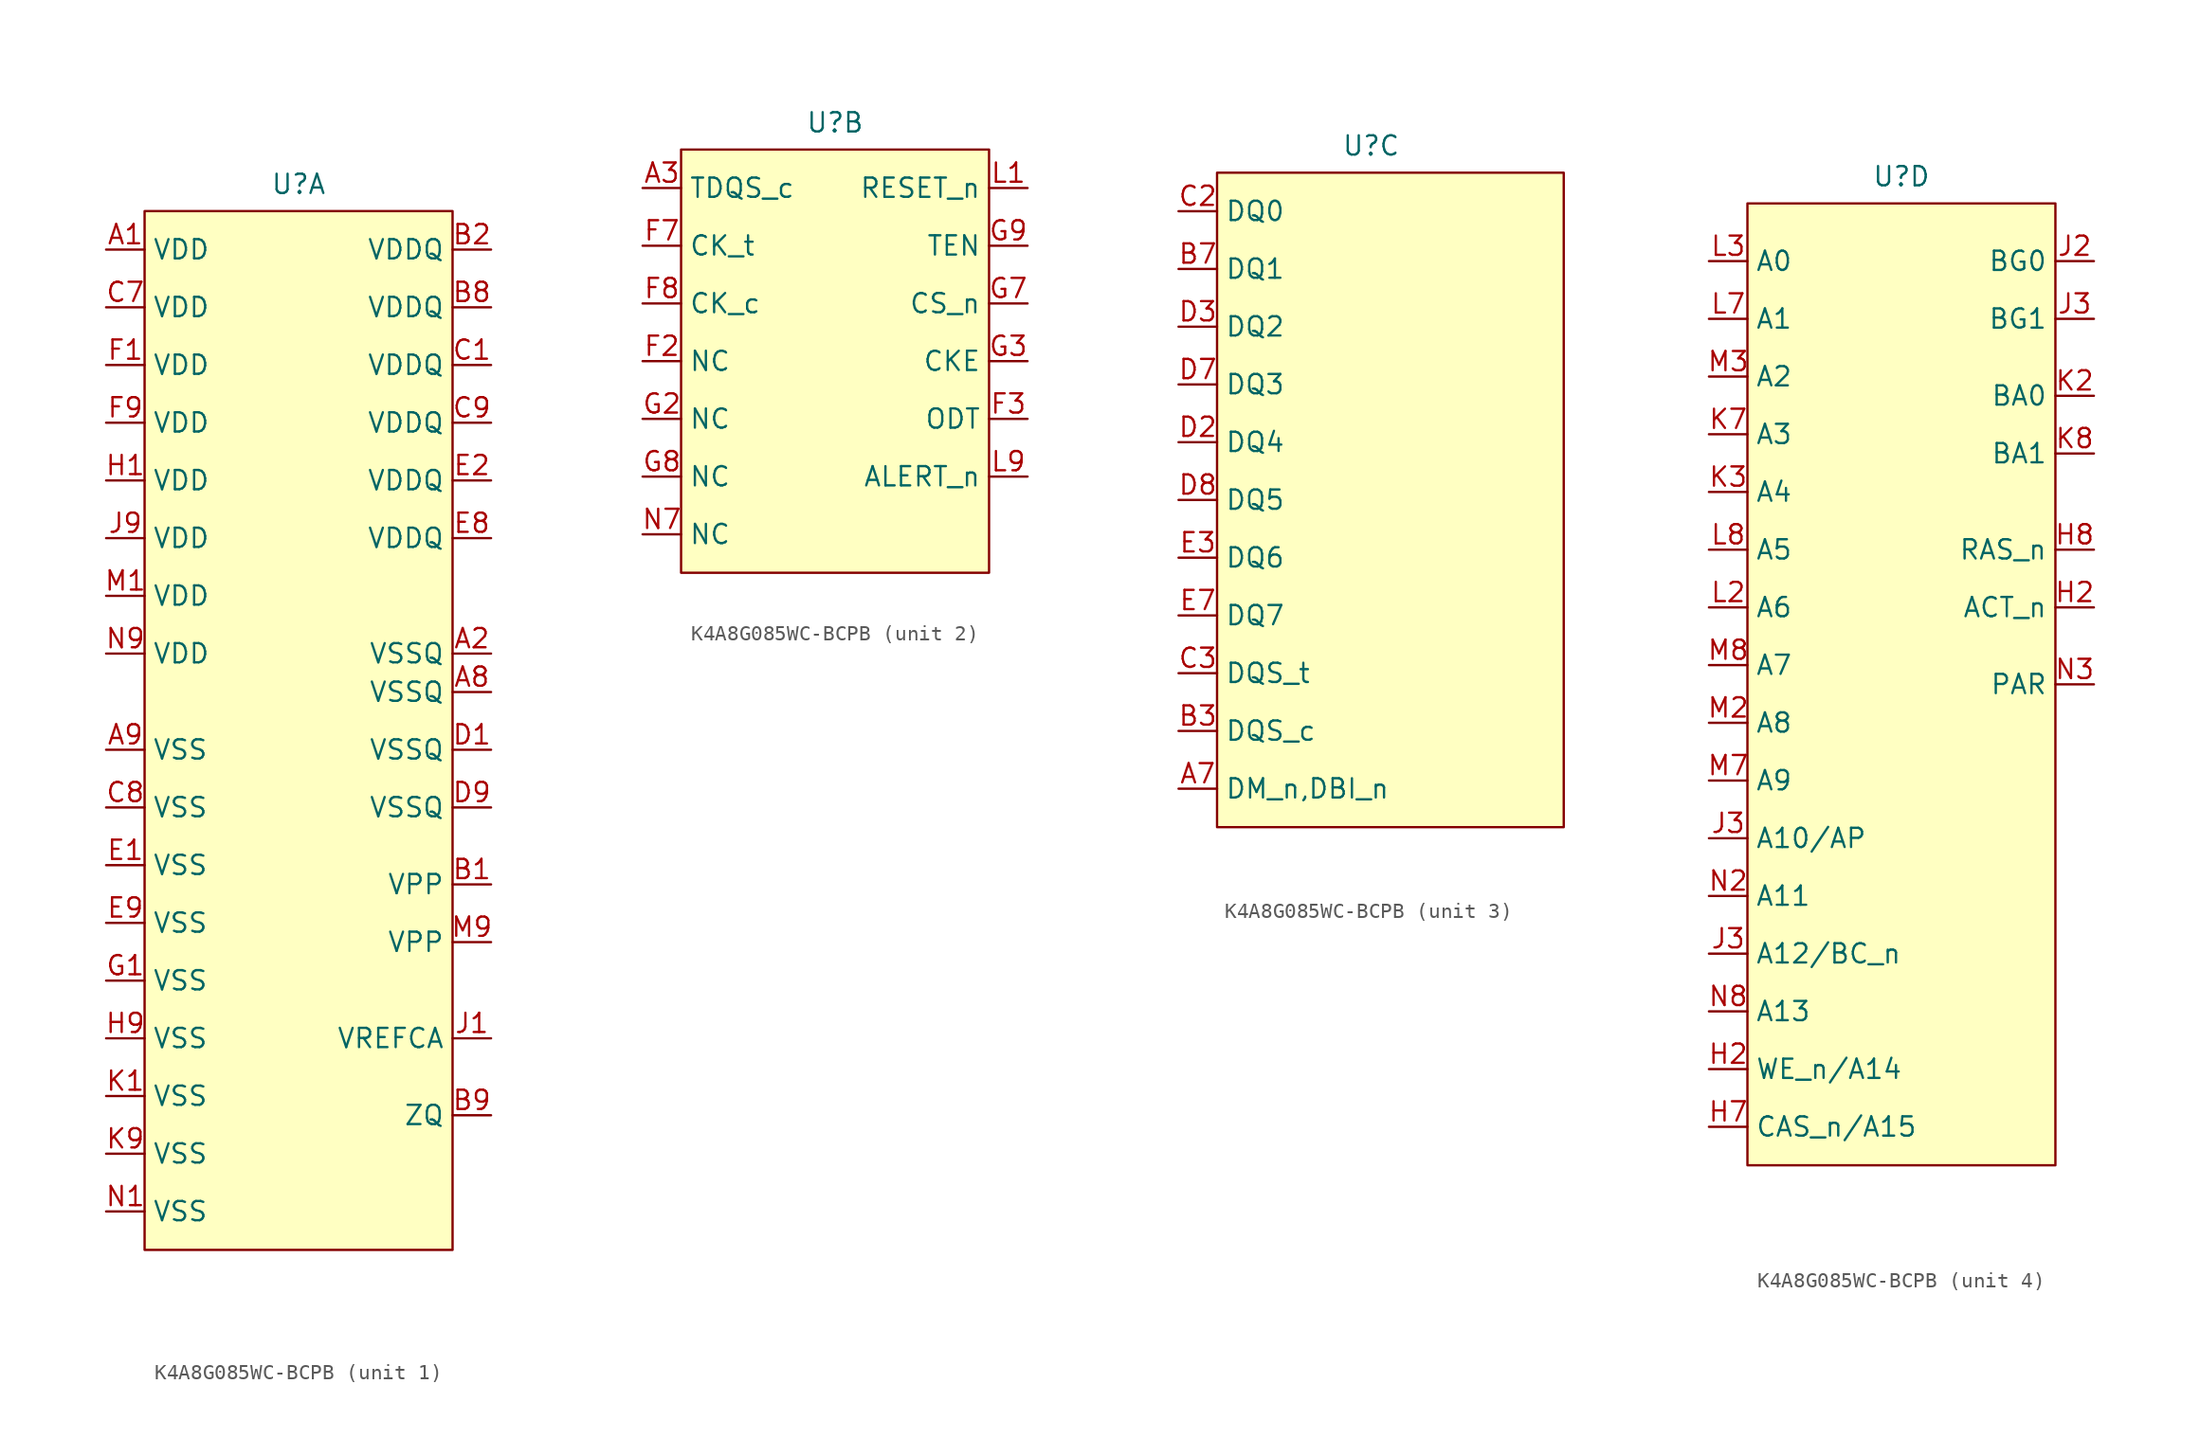
<source format=kicad_sym>
(kicad_symbol_lib
  (version 20241209)
  (generator "kicad_symbol_editor")
  (generator_version "9.0")
  (symbol "K4A8G085WC-BCPB"
    (property "Reference" "U"
      (at 0 27.178 0)
      (effects (font (size 1.27 1.27))))
    (property "ki_locked" ""
      (at 0 0 0)
      (effects (font (size 1.27 1.27))))
    (symbol "K4A8G085WC-BCPB_1_1"
      (rectangle (start -10.16 25.4) (end 10.16 -43.18) (stroke (width 0) (type solid)) (fill (type background)))
      (pin power_in line (at -12.7 22.86 0) (length 2.54) (name "VDD" (effects (font (size 1.27 1.27)))) (number "A1" (effects (font (size 1.27 1.27)))))
      (pin power_in line (at -12.7 19.05 0) (length 2.54) (name "VDD" (effects (font (size 1.27 1.27)))) (number "C7" (effects (font (size 1.27 1.27)))))
      (pin power_in line (at -12.7 15.24 0) (length 2.54) (name "VDD" (effects (font (size 1.27 1.27)))) (number "F1" (effects (font (size 1.27 1.27)))))
      (pin power_in line (at -12.7 11.43 0) (length 2.54) (name "VDD" (effects (font (size 1.27 1.27)))) (number "F9" (effects (font (size 1.27 1.27)))))
      (pin power_in line (at -12.7 7.62 0) (length 2.54) (name "VDD" (effects (font (size 1.27 1.27)))) (number "H1" (effects (font (size 1.27 1.27)))))
      (pin power_in line (at -12.7 3.81 0) (length 2.54) (name "VDD" (effects (font (size 1.27 1.27)))) (number "J9" (effects (font (size 1.27 1.27)))))
      (pin power_in line (at -12.7 0 0) (length 2.54) (name "VDD" (effects (font (size 1.27 1.27)))) (number "M1" (effects (font (size 1.27 1.27)))))
      (pin power_in line (at -12.7 -3.81 0) (length 2.54) (name "VDD" (effects (font (size 1.27 1.27)))) (number "N9" (effects (font (size 1.27 1.27)))))
      (pin power_in line (at -12.7 -10.16 0) (length 2.54) (name "VSS" (effects (font (size 1.27 1.27)))) (number "A9" (effects (font (size 1.27 1.27)))))
      (pin power_in line (at -12.7 -13.97 0) (length 2.54) (name "VSS" (effects (font (size 1.27 1.27)))) (number "C8" (effects (font (size 1.27 1.27)))))
      (pin power_in line (at -12.7 -17.78 0) (length 2.54) (name "VSS" (effects (font (size 1.27 1.27)))) (number "E1" (effects (font (size 1.27 1.27)))))
      (pin power_in line (at -12.7 -21.59 0) (length 2.54) (name "VSS" (effects (font (size 1.27 1.27)))) (number "E9" (effects (font (size 1.27 1.27)))))
      (pin power_in line (at -12.7 -25.4 0) (length 2.54) (name "VSS" (effects (font (size 1.27 1.27)))) (number "G1" (effects (font (size 1.27 1.27)))))
      (pin power_in line (at -12.7 -29.21 0) (length 2.54) (name "VSS" (effects (font (size 1.27 1.27)))) (number "H9" (effects (font (size 1.27 1.27)))))
      (pin power_in line (at -12.7 -33.02 0) (length 2.54) (name "VSS" (effects (font (size 1.27 1.27)))) (number "K1" (effects (font (size 1.27 1.27)))))
      (pin power_in line (at -12.7 -36.83 0) (length 2.54) (name "VSS" (effects (font (size 1.27 1.27)))) (number "K9" (effects (font (size 1.27 1.27)))))
      (pin power_in line (at -12.7 -40.64 0) (length 2.54) (name "VSS" (effects (font (size 1.27 1.27)))) (number "N1" (effects (font (size 1.27 1.27)))))
      (pin power_in line (at 12.7 22.86 180) (length 2.54) (name "VDDQ" (effects (font (size 1.27 1.27)))) (number "B2" (effects (font (size 1.27 1.27)))))
      (pin power_in line (at 12.7 19.05 180) (length 2.54) (name "VDDQ" (effects (font (size 1.27 1.27)))) (number "B8" (effects (font (size 1.27 1.27)))))
      (pin power_in line (at 12.7 15.24 180) (length 2.54) (name "VDDQ" (effects (font (size 1.27 1.27)))) (number "C1" (effects (font (size 1.27 1.27)))))
      (pin power_in line (at 12.7 11.43 180) (length 2.54) (name "VDDQ" (effects (font (size 1.27 1.27)))) (number "C9" (effects (font (size 1.27 1.27)))))
      (pin power_in line (at 12.7 7.62 180) (length 2.54) (name "VDDQ" (effects (font (size 1.27 1.27)))) (number "E2" (effects (font (size 1.27 1.27)))))
      (pin power_in line (at 12.7 3.81 180) (length 2.54) (name "VDDQ" (effects (font (size 1.27 1.27)))) (number "E8" (effects (font (size 1.27 1.27)))))
      (pin power_in line (at 12.7 -3.81 180) (length 2.54) (name "VSSQ" (effects (font (size 1.27 1.27)))) (number "A2" (effects (font (size 1.27 1.27)))))
      (pin power_in line (at 12.7 -6.35 180) (length 2.54) (name "VSSQ" (effects (font (size 1.27 1.27)))) (number "A8" (effects (font (size 1.27 1.27)))))
      (pin power_in line (at 12.7 -10.16 180) (length 2.54) (name "VSSQ" (effects (font (size 1.27 1.27)))) (number "D1" (effects (font (size 1.27 1.27)))))
      (pin power_in line (at 12.7 -13.97 180) (length 2.54) (name "VSSQ" (effects (font (size 1.27 1.27)))) (number "D9" (effects (font (size 1.27 1.27)))))
      (pin power_in line (at 12.7 -19.05 180) (length 2.54) (name "VPP" (effects (font (size 1.27 1.27)))) (number "B1" (effects (font (size 1.27 1.27)))))
      (pin power_in line (at 12.7 -22.86 180) (length 2.54) (name "VPP" (effects (font (size 1.27 1.27)))) (number "M9" (effects (font (size 1.27 1.27)))))
      (pin input line (at 12.7 -29.21 180) (length 2.54) (name "VREFCA" (effects (font (size 1.27 1.27)))) (number "J1" (effects (font (size 1.27 1.27)))))
      (pin input line (at 12.7 -34.29 180) (length 2.54) (name "ZQ" (effects (font (size 1.27 1.27)))) (number "B9" (effects (font (size 1.27 1.27))))))
    (symbol "K4A8G085WC-BCPB_2_1"
      (rectangle (start -10.16 25.4) (end 10.16 -2.54) (stroke (width 0) (type solid)) (fill (type background)))
      (pin output line (at -12.7 22.86 0) (length 2.54) (name "TDQS_c" (effects (font (size 1.27 1.27)))) (number "A3" (effects (font (size 1.27 1.27)))))
      (pin input line (at -12.7 19.05 0) (length 2.54) (name "CK_t" (effects (font (size 1.27 1.27)))) (number "F7" (effects (font (size 1.27 1.27)))))
      (pin input line (at -12.7 15.24 0) (length 2.54) (name "CK_c" (effects (font (size 1.27 1.27)))) (number "F8" (effects (font (size 1.27 1.27)))))
      (pin free line (at -12.7 11.43 0) (length 2.54) (name "NC" (effects (font (size 1.27 1.27)))) (number "F2" (effects (font (size 1.27 1.27)))))
      (pin free line (at -12.7 7.62 0) (length 2.54) (name "NC" (effects (font (size 1.27 1.27)))) (number "G2" (effects (font (size 1.27 1.27)))))
      (pin free line (at -12.7 3.81 0) (length 2.54) (name "NC" (effects (font (size 1.27 1.27)))) (number "G8" (effects (font (size 1.27 1.27)))))
      (pin free line (at -12.7 0 0) (length 2.54) (name "NC" (effects (font (size 1.27 1.27)))) (number "N7" (effects (font (size 1.27 1.27)))))
      (pin input line (at 12.7 22.86 180) (length 2.54) (name "RESET_n" (effects (font (size 1.27 1.27)))) (number "L1" (effects (font (size 1.27 1.27)))))
      (pin input line (at 12.7 19.05 180) (length 2.54) (name "TEN" (effects (font (size 1.27 1.27)))) (number "G9" (effects (font (size 1.27 1.27)))))
      (pin input line (at 12.7 15.24 180) (length 2.54) (name "CS_n" (effects (font (size 1.27 1.27)))) (number "G7" (effects (font (size 1.27 1.27)))))
      (pin input line (at 12.7 11.43 180) (length 2.54) (name "CKE" (effects (font (size 1.27 1.27)))) (number "G3" (effects (font (size 1.27 1.27)))))
      (pin input line (at 12.7 7.62 180) (length 2.54) (name "ODT" (effects (font (size 1.27 1.27)))) (number "F3" (effects (font (size 1.27 1.27)))))
      (pin bidirectional line (at 12.7 3.81 180) (length 2.54) (name "ALERT_n" (effects (font (size 1.27 1.27)))) (number "L9" (effects (font (size 1.27 1.27))))))
    (symbol "K4A8G085WC-BCPB_3_1"
      (rectangle (start -10.16 25.4) (end 12.7 -17.78) (stroke (width 0) (type solid)) (fill (type background)))
      (pin bidirectional line (at -12.7 22.86 0) (length 2.54) (name "DQ0" (effects (font (size 1.27 1.27)))) (number "C2" (effects (font (size 1.27 1.27)))))
      (pin bidirectional line (at -12.7 19.05 0) (length 2.54) (name "DQ1" (effects (font (size 1.27 1.27)))) (number "B7" (effects (font (size 1.27 1.27)))))
      (pin bidirectional line (at -12.7 15.24 0) (length 2.54) (name "DQ2" (effects (font (size 1.27 1.27)))) (number "D3" (effects (font (size 1.27 1.27)))))
      (pin bidirectional line (at -12.7 11.43 0) (length 2.54) (name "DQ3" (effects (font (size 1.27 1.27)))) (number "D7" (effects (font (size 1.27 1.27)))))
      (pin bidirectional line (at -12.7 7.62 0) (length 2.54) (name "DQ4" (effects (font (size 1.27 1.27)))) (number "D2" (effects (font (size 1.27 1.27)))))
      (pin bidirectional line (at -12.7 3.81 0) (length 2.54) (name "DQ5" (effects (font (size 1.27 1.27)))) (number "D8" (effects (font (size 1.27 1.27)))))
      (pin bidirectional line (at -12.7 0 0) (length 2.54) (name "DQ6" (effects (font (size 1.27 1.27)))) (number "E3" (effects (font (size 1.27 1.27)))))
      (pin bidirectional line (at -12.7 -3.81 0) (length 2.54) (name "DQ7" (effects (font (size 1.27 1.27)))) (number "E7" (effects (font (size 1.27 1.27)))))
      (pin bidirectional line (at -12.7 -7.62 0) (length 2.54) (name "DQS_t" (effects (font (size 1.27 1.27)))) (number "C3" (effects (font (size 1.27 1.27)))))
      (pin bidirectional line (at -12.7 -11.43 0) (length 2.54) (name "DQS_c" (effects (font (size 1.27 1.27)))) (number "B3" (effects (font (size 1.27 1.27)))))
      (pin bidirectional line (at -12.7 -15.24 0) (length 2.54) (name "DM_n,DBI_n" (effects (font (size 1.27 1.27)))) (number "A7" (effects (font (size 1.27 1.27))))))
    (symbol "K4A8G085WC-BCPB_4_1"
      (rectangle (start -10.16 25.4) (end 10.16 -38.1) (stroke (width 0) (type solid)) (fill (type background)))
      (pin input line (at -12.7 21.59 0) (length 2.54) (name "A0" (effects (font (size 1.27 1.27)))) (number "L3" (effects (font (size 1.27 1.27)))))
      (pin input line (at -12.7 17.78 0) (length 2.54) (name "A1" (effects (font (size 1.27 1.27)))) (number "L7" (effects (font (size 1.27 1.27)))))
      (pin input line (at -12.7 13.97 0) (length 2.54) (name "A2" (effects (font (size 1.27 1.27)))) (number "M3" (effects (font (size 1.27 1.27)))))
      (pin input line (at -12.7 10.16 0) (length 2.54) (name "A3" (effects (font (size 1.27 1.27)))) (number "K7" (effects (font (size 1.27 1.27)))))
      (pin input line (at -12.7 6.35 0) (length 2.54) (name "A4" (effects (font (size 1.27 1.27)))) (number "K3" (effects (font (size 1.27 1.27)))))
      (pin input line (at -12.7 2.54 0) (length 2.54) (name "A5" (effects (font (size 1.27 1.27)))) (number "L8" (effects (font (size 1.27 1.27)))))
      (pin input line (at -12.7 -1.27 0) (length 2.54) (name "A6" (effects (font (size 1.27 1.27)))) (number "L2" (effects (font (size 1.27 1.27)))))
      (pin input line (at -12.7 -5.08 0) (length 2.54) (name "A7" (effects (font (size 1.27 1.27)))) (number "M8" (effects (font (size 1.27 1.27)))))
      (pin input line (at -12.7 -8.89 0) (length 2.54) (name "A8" (effects (font (size 1.27 1.27)))) (number "M2" (effects (font (size 1.27 1.27)))))
      (pin input line (at -12.7 -12.7 0) (length 2.54) (name "A9" (effects (font (size 1.27 1.27)))) (number "M7" (effects (font (size 1.27 1.27)))))
      (pin input line (at -12.7 -16.51 0) (length 2.54) (name "A10/AP" (effects (font (size 1.27 1.27)))) (number "J3" (effects (font (size 1.27 1.27)))))
      (pin input line (at -12.7 -20.32 0) (length 2.54) (name "A11" (effects (font (size 1.27 1.27)))) (number "N2" (effects (font (size 1.27 1.27)))))
      (pin input line (at -12.7 -24.13 0) (length 2.54) (name "A12/BC_n" (effects (font (size 1.27 1.27)))) (number "J3" (effects (font (size 1.27 1.27)))))
      (pin input line (at -12.7 -27.94 0) (length 2.54) (name "A13" (effects (font (size 1.27 1.27)))) (number "N8" (effects (font (size 1.27 1.27)))))
      (pin input line (at -12.7 -31.75 0) (length 2.54) (name "WE_n/A14" (effects (font (size 1.27 1.27)))) (number "H2" (effects (font (size 1.27 1.27)))))
      (pin input line (at -12.7 -35.56 0) (length 2.54) (name "CAS_n/A15" (effects (font (size 1.27 1.27)))) (number "H7" (effects (font (size 1.27 1.27)))))
      (pin input line (at 12.7 21.59 180) (length 2.54) (name "BG0" (effects (font (size 1.27 1.27)))) (number "J2" (effects (font (size 1.27 1.27)))))
      (pin input line (at 12.7 17.78 180) (length 2.54) (name "BG1" (effects (font (size 1.27 1.27)))) (number "J3" (effects (font (size 1.27 1.27)))))
      (pin input line (at 12.7 12.7 180) (length 2.54) (name "BA0" (effects (font (size 1.27 1.27)))) (number "K2" (effects (font (size 1.27 1.27)))))
      (pin input line (at 12.7 8.89 180) (length 2.54) (name "BA1" (effects (font (size 1.27 1.27)))) (number "K8" (effects (font (size 1.27 1.27)))))
      (pin input line (at 12.7 2.54 180) (length 2.54) (name "RAS_n" (effects (font (size 1.27 1.27)))) (number "H8" (effects (font (size 1.27 1.27)))))
      (pin input line (at 12.7 -1.27 180) (length 2.54) (name "ACT_n" (effects (font (size 1.27 1.27)))) (number "H2" (effects (font (size 1.27 1.27)))))
      (pin input line (at 12.7 -6.35 180) (length 2.54) (name "PAR" (effects (font (size 1.27 1.27)))) (number "N3" (effects (font (size 1.27 1.27))))))))
</source>
